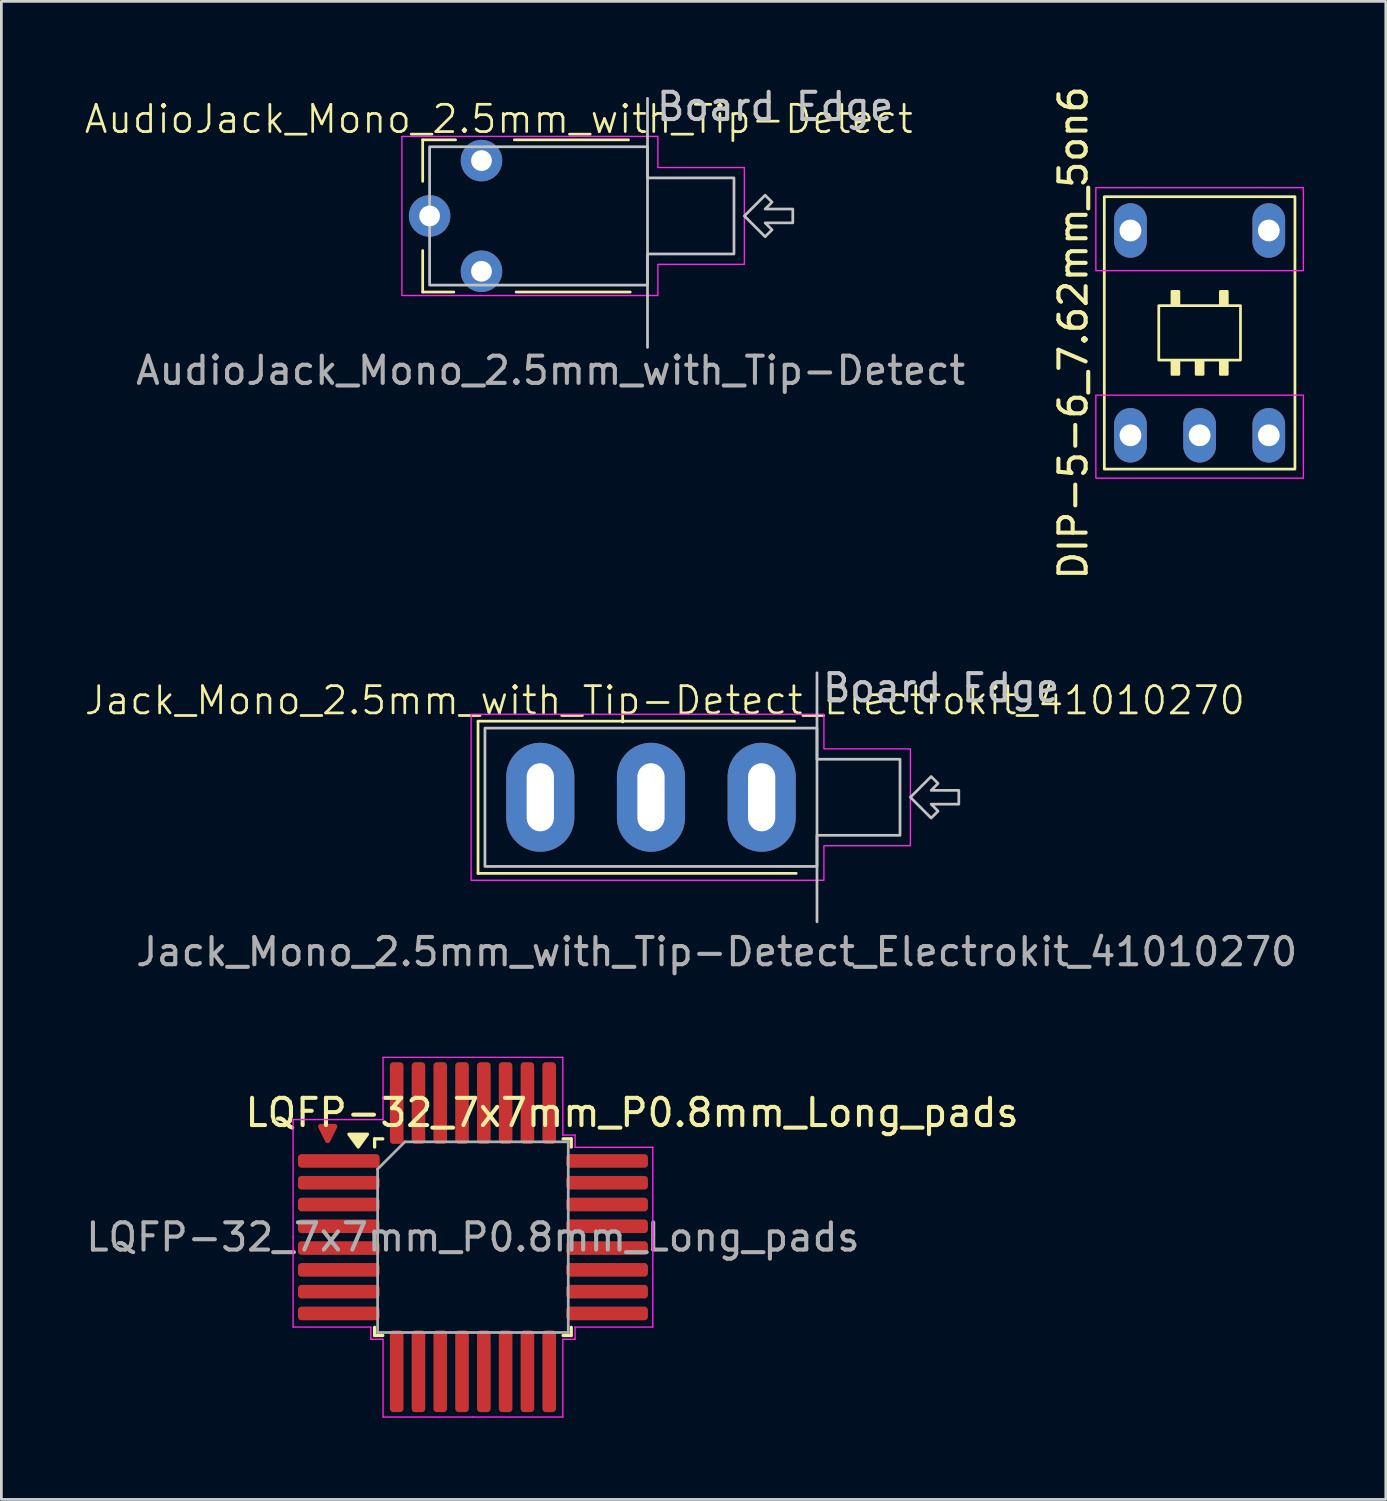
<source format=kicad_pcb>
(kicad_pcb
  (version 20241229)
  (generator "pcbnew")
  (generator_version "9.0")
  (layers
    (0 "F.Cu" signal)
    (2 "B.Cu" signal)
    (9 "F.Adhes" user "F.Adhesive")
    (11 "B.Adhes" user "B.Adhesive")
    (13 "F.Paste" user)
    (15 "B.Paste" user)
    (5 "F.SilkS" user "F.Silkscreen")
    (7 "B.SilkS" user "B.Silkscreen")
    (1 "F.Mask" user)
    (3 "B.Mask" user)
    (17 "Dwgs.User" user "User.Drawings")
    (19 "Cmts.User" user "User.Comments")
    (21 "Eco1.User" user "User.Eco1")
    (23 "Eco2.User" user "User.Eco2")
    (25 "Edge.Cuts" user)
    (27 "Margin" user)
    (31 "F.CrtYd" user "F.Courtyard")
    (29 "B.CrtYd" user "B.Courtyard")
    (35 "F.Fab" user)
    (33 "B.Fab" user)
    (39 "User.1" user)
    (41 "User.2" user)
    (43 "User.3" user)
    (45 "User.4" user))
  (footprint "LQFP-32_7x7mm_P0.8mm_Long_pads"
    (layer "F.Cu")
    (at 14.315 42.376)
    (property "Reference" "LQFP-32_7x7mm_P0.8mm_Long_pads" (at 5.842 -4.572 0) (layer "F.SilkS") (effects (font (size 1 1) (thickness 0.15))))
    (attr smd)
    (fp_poly (pts (xy -5.588 -4.064) (xy -5.334 -3.556) (xy -5.08 -4.064)) (stroke (width 0.2) (type solid)) (fill yes) (layer "F.Cu"))
    (fp_poly (pts (xy -5.588 -4.064) (xy -5.334 -3.556) (xy -5.08 -4.064)) (stroke (width 0.2) (type solid)) (fill yes) (layer "F.Mask"))
    (fp_line (start -3.61 -3.61) (end -3.61 -3.31) (stroke (width 0.12) (type solid)) (layer "F.SilkS"))
    (fp_line (start -3.61 3.61) (end -3.61 3.31) (stroke (width 0.12) (type solid)) (layer "F.SilkS"))
    (fp_line (start -3.31 -3.61) (end -3.61 -3.61) (stroke (width 0.12) (type solid)) (layer "F.SilkS"))
    (fp_line (start -3.31 3.61) (end -3.61 3.61) (stroke (width 0.12) (type solid)) (layer "F.SilkS"))
    (fp_line (start 3.31 -3.61) (end 3.61 -3.61) (stroke (width 0.12) (type solid)) (layer "F.SilkS"))
    (fp_line (start 3.31 3.61) (end 3.61 3.61) (stroke (width 0.12) (type solid)) (layer "F.SilkS"))
    (fp_line (start 3.61 -3.61) (end 3.61 -3.31) (stroke (width 0.12) (type solid)) (layer "F.SilkS"))
    (fp_line (start 3.61 3.61) (end 3.61 3.31) (stroke (width 0.12) (type solid)) (layer "F.SilkS"))
    (fp_poly (pts (xy -4.213 -3.31) (xy -4.553 -3.78) (xy -3.873 -3.78) (xy -4.213 -3.31)) (stroke (width 0.12) (type solid)) (fill yes) (layer "F.SilkS"))
    (fp_line (start -6.604 -4.318) (end -6.604 0) (stroke (width 0.05) (type solid)) (layer "F.CrtYd"))
    (fp_line (start -6.604 3.3) (end -6.604 0) (stroke (width 0.05) (type solid)) (layer "F.CrtYd"))
    (fp_line (start -3.75 3.3) (end -6.604 3.3) (stroke (width 0.05) (type solid)) (layer "F.CrtYd"))
    (fp_line (start -3.75 3.75) (end -3.75 3.3) (stroke (width 0.05) (type solid)) (layer "F.CrtYd"))
    (fp_line (start -3.3 -6.604) (end -3.3 -4.318) (stroke (width 0.05) (type solid)) (layer "F.CrtYd"))
    (fp_line (start -3.3 -4.318) (end -6.604 -4.318) (stroke (width 0.05) (type solid)) (layer "F.CrtYd"))
    (fp_line (start -3.3 3.75) (end -3.75 3.75) (stroke (width 0.05) (type solid)) (layer "F.CrtYd"))
    (fp_line (start -3.3 6.604) (end -3.3 3.75) (stroke (width 0.05) (type solid)) (layer "F.CrtYd"))
    (fp_line (start 0 -6.604) (end -3.3 -6.604) (stroke (width 0.05) (type solid)) (layer "F.CrtYd"))
    (fp_line (start 0 -6.604) (end 3.3 -6.604) (stroke (width 0.05) (type solid)) (layer "F.CrtYd"))
    (fp_line (start 0 6.604) (end -3.3 6.604) (stroke (width 0.05) (type solid)) (layer "F.CrtYd"))
    (fp_line (start 0 6.604) (end 3.3 6.604) (stroke (width 0.05) (type solid)) (layer "F.CrtYd"))
    (fp_line (start 3.3 -6.604) (end 3.3 -3.75) (stroke (width 0.05) (type solid)) (layer "F.CrtYd"))
    (fp_line (start 3.3 -3.75) (end 3.75 -3.75) (stroke (width 0.05) (type solid)) (layer "F.CrtYd"))
    (fp_line (start 3.3 3.75) (end 3.75 3.75) (stroke (width 0.05) (type solid)) (layer "F.CrtYd"))
    (fp_line (start 3.3 6.604) (end 3.3 3.75) (stroke (width 0.05) (type solid)) (layer "F.CrtYd"))
    (fp_line (start 3.75 -3.75) (end 3.75 -3.3) (stroke (width 0.05) (type solid)) (layer "F.CrtYd"))
    (fp_line (start 3.75 -3.3) (end 6.604 -3.3) (stroke (width 0.05) (type solid)) (layer "F.CrtYd"))
    (fp_line (start 3.75 3.3) (end 6.604 3.3) (stroke (width 0.05) (type solid)) (layer "F.CrtYd"))
    (fp_line (start 3.75 3.75) (end 3.75 3.3) (stroke (width 0.05) (type solid)) (layer "F.CrtYd"))
    (fp_line (start 6.604 -3.3) (end 6.604 0) (stroke (width 0.05) (type solid)) (layer "F.CrtYd"))
    (fp_line (start 6.604 3.3) (end 6.604 0) (stroke (width 0.05) (type solid)) (layer "F.CrtYd"))
    (fp_line (start -3.5 -2.5) (end -2.5 -3.5) (stroke (width 0.1) (type solid)) (layer "F.Fab"))
    (fp_line (start -3.5 3.5) (end -3.5 -2.5) (stroke (width 0.1) (type solid)) (layer "F.Fab"))
    (fp_line (start -2.5 -3.5) (end 3.5 -3.5) (stroke (width 0.1) (type solid)) (layer "F.Fab"))
    (fp_line (start 3.5 -3.5) (end 3.5 3.5) (stroke (width 0.1) (type solid)) (layer "F.Fab"))
    (fp_line (start 3.5 3.5) (end -3.5 3.5) (stroke (width 0.1) (type solid)) (layer "F.Fab"))
    (fp_text user "${REFERENCE}" (at 0 0 0) (layer "F.Fab") (effects (font (size 1 1) (thickness 0.15))))
    (pad "1" smd roundrect (at -4.925 -2.8) (size 3 0.5) (layers "F.Cu" "F.Mask" "F.Paste") (roundrect_rratio 0.25))
    (pad "2" smd roundrect (at -4.925 -2) (size 3 0.5) (layers "F.Cu" "F.Mask" "F.Paste") (roundrect_rratio 0.25))
    (pad "3" smd roundrect (at -4.925 -1.2) (size 3 0.5) (layers "F.Cu" "F.Mask" "F.Paste") (roundrect_rratio 0.25))
    (pad "4" smd roundrect (at -4.925 -0.4) (size 3 0.5) (layers "F.Cu" "F.Mask" "F.Paste") (roundrect_rratio 0.25))
    (pad "5" smd roundrect (at -4.925 0.4) (size 3 0.5) (layers "F.Cu" "F.Mask" "F.Paste") (roundrect_rratio 0.25))
    (pad "6" smd roundrect (at -4.925 1.2) (size 3 0.5) (layers "F.Cu" "F.Mask" "F.Paste") (roundrect_rratio 0.25))
    (pad "7" smd roundrect (at -4.925 2) (size 3 0.5) (layers "F.Cu" "F.Mask" "F.Paste") (roundrect_rratio 0.25))
    (pad "8" smd roundrect (at -4.925 2.8) (size 3 0.5) (layers "F.Cu" "F.Mask" "F.Paste") (roundrect_rratio 0.25))
    (pad "9" smd roundrect (at -2.8 4.925) (size 0.5 3) (layers "F.Cu" "F.Mask" "F.Paste") (roundrect_rratio 0.25))
    (pad "10" smd roundrect (at -2 4.925) (size 0.5 3) (layers "F.Cu" "F.Mask" "F.Paste") (roundrect_rratio 0.25))
    (pad "11" smd roundrect (at -1.2 4.925) (size 0.5 3) (layers "F.Cu" "F.Mask" "F.Paste") (roundrect_rratio 0.25))
    (pad "12" smd roundrect (at -0.4 4.925) (size 0.5 3) (layers "F.Cu" "F.Mask" "F.Paste") (roundrect_rratio 0.25))
    (pad "13" smd roundrect (at 0.4 4.925) (size 0.5 3) (layers "F.Cu" "F.Mask" "F.Paste") (roundrect_rratio 0.25))
    (pad "14" smd roundrect (at 1.2 4.925) (size 0.5 3) (layers "F.Cu" "F.Mask" "F.Paste") (roundrect_rratio 0.25))
    (pad "15" smd roundrect (at 2 4.925) (size 0.5 3) (layers "F.Cu" "F.Mask" "F.Paste") (roundrect_rratio 0.25))
    (pad "16" smd roundrect (at 2.8 4.925) (size 0.5 3) (layers "F.Cu" "F.Mask" "F.Paste") (roundrect_rratio 0.25))
    (pad "17" smd roundrect (at 4.925 2.8) (size 3 0.5) (layers "F.Cu" "F.Mask" "F.Paste") (roundrect_rratio 0.25))
    (pad "18" smd roundrect (at 4.925 2) (size 3 0.5) (layers "F.Cu" "F.Mask" "F.Paste") (roundrect_rratio 0.25))
    (pad "19" smd roundrect (at 4.925 1.2) (size 3 0.5) (layers "F.Cu" "F.Mask" "F.Paste") (roundrect_rratio 0.25))
    (pad "20" smd roundrect (at 4.925 0.4) (size 3 0.5) (layers "F.Cu" "F.Mask" "F.Paste") (roundrect_rratio 0.25))
    (pad "21" smd roundrect (at 4.925 -0.4) (size 3 0.5) (layers "F.Cu" "F.Mask" "F.Paste") (roundrect_rratio 0.25))
    (pad "22" smd roundrect (at 4.925 -1.2) (size 3 0.5) (layers "F.Cu" "F.Mask" "F.Paste") (roundrect_rratio 0.25))
    (pad "23" smd roundrect (at 4.925 -2) (size 3 0.5) (layers "F.Cu" "F.Mask" "F.Paste") (roundrect_rratio 0.25))
    (pad "24" smd roundrect (at 4.925 -2.8) (size 3 0.5) (layers "F.Cu" "F.Mask" "F.Paste") (roundrect_rratio 0.25))
    (pad "25" smd roundrect (at 2.8 -4.925) (size 0.5 3) (layers "F.Cu" "F.Mask" "F.Paste") (roundrect_rratio 0.25))
    (pad "26" smd roundrect (at 2 -4.925) (size 0.5 3) (layers "F.Cu" "F.Mask" "F.Paste") (roundrect_rratio 0.25))
    (pad "27" smd roundrect (at 1.2 -4.925) (size 0.5 3) (layers "F.Cu" "F.Mask" "F.Paste") (roundrect_rratio 0.25))
    (pad "28" smd roundrect (at 0.4 -4.925) (size 0.5 3) (layers "F.Cu" "F.Mask" "F.Paste") (roundrect_rratio 0.25))
    (pad "29" smd roundrect (at -0.4 -4.925) (size 0.5 3) (layers "F.Cu" "F.Mask" "F.Paste") (roundrect_rratio 0.25))
    (pad "30" smd roundrect (at -1.2 -4.925) (size 0.5 3) (layers "F.Cu" "F.Mask" "F.Paste") (roundrect_rratio 0.25))
    (pad "31" smd roundrect (at -2 -4.925) (size 0.5 3) (layers "F.Cu" "F.Mask" "F.Paste") (roundrect_rratio 0.25))
    (pad "32" smd roundrect (at -2.8 -4.925) (size 0.5 3) (layers "F.Cu" "F.Mask" "F.Paste") (roundrect_rratio 0.25)))
  (footprint "Jack_Mono_2.5mm_with_Tip-Detect_Electrokit_41010270"
    (layer "F.Cu")
    (at 18.82 28.764)
    (property "Reference" "Jack_Mono_2.5mm_with_Tip-Detect_Electrokit_41010270" (at 2.54 -6.096 0) (unlocked yes) (layer "F.SilkS") (effects (font (size 1 1) (thickness 0.1))))
    (attr through_hole)
    (fp_line (start -4.318 -5.334) (end -4.318 0.254) (stroke (width 0.1) (type default)) (layer "F.SilkS"))
    (fp_line (start 7.303 -5.334) (end -4.318 -5.334) (stroke (width 0.1) (type default)) (layer "F.SilkS"))
    (fp_line (start 7.366 0.254) (end -4.318 0.254) (stroke (width 0.1) (type default)) (layer "F.SilkS"))
    (fp_line (start 8.128 -7.112) (end 8.128 2.032) (stroke (width 0.1) (type default)) (layer "Dwgs.User"))
    (fp_poly (pts (xy -4.064 -5.08) (xy 8.128 -5.08) (xy 8.128 -3.937) (xy 11.176 -3.937) (xy 11.176 -1.143) (xy 8.128 -1.143) (xy 8.128 0) (xy -4.064 0)) (stroke (width 0.1) (type solid)) (fill no) (layer "Dwgs.User"))
    (fp_poly (pts (xy 13.335 -2.794) (xy 12.319 -2.794) (xy 12.573 -3.048) (xy 12.319 -3.302) (xy 11.557 -2.54) (xy 12.319 -1.778) (xy 12.573 -2.032) (xy 12.319 -2.286) (xy 13.335 -2.286)) (stroke (width 0.1) (type solid)) (fill no) (layer "Dwgs.User"))
    (fp_poly (pts (xy -4.572 -5.588) (xy -1.016 -5.588) (xy 8.382 -5.588) (xy 8.382 -4.318) (xy 11.557 -4.318) (xy 11.557 -0.762) (xy 8.382 -0.762) (xy 8.382 0.508) (xy -0.254 0.508) (xy -4.572 0.508)) (stroke (width 0.05) (type solid)) (fill no) (layer "F.CrtYd"))
    (fp_text user "Board Edge" (at 8.255 -5.969 0) (unlocked yes) (layer "Dwgs.User") (effects (font (size 1 1) (thickness 0.15)) (justify left bottom)))
    (fp_text user "${REFERENCE}" (at 4.445 3.135 0) (unlocked yes) (layer "F.Fab") (effects (font (size 1 1) (thickness 0.15))))
    (pad "S" thru_hole oval (at 6.096 -2.54) (size 2.5 4) (drill oval 1 2.5) (layers "*.Cu" "*.Mask"))
    (pad "T" thru_hole oval (at 2.032 -2.54) (size 2.5 4) (drill oval 1 2.5) (layers "*.Cu" "*.Mask"))
    (pad "TN" thru_hole oval (at -2.032 -2.54) (size 2.5 4) (drill oval 1 2.5) (layers "*.Cu" "*.Mask")))
  (footprint "AudioJack_Mono_2.5mm_with_Tip-Detect"
    (layer "F.Cu")
    (at 12.724 7.419)
    (property "Reference" "AudioJack_Mono_2.5mm_with_Tip-Detect" (at 2.54 -6.096 0) (unlocked yes) (layer "F.SilkS") (effects (font (size 1 1) (thickness 0.1))))
    (attr through_hole)
    (fp_line (start -0.254 -5.334) (end -0.254 -3.81) (stroke (width 0.1) (type default)) (layer "F.SilkS"))
    (fp_line (start -0.254 -1.27) (end -0.254 0.254) (stroke (width 0.1) (type default)) (layer "F.SilkS"))
    (fp_line (start 0.889 0.254) (end -0.254 0.254) (stroke (width 0.1) (type default)) (layer "F.SilkS"))
    (fp_line (start 0.953 -5.334) (end -0.254 -5.334) (stroke (width 0.1) (type default)) (layer "F.SilkS"))
    (fp_line (start 7.303 -5.334) (end 3.111 -5.334) (stroke (width 0.1) (type default)) (layer "F.SilkS"))
    (fp_line (start 7.366 0.254) (end 3.175 0.254) (stroke (width 0.1) (type default)) (layer "F.SilkS"))
    (fp_line (start 8.001 -6.858) (end 8.001 2.286) (stroke (width 0.1) (type default)) (layer "Dwgs.User"))
    (fp_poly (pts (xy 0 -5.08) (xy 8.001 -5.08) (xy 8.001 -3.937) (xy 11.176 -3.937) (xy 11.176 -1.143) (xy 8.001 -1.143) (xy 8.001 0) (xy 0 0)) (stroke (width 0.1) (type solid)) (fill no) (layer "Dwgs.User"))
    (fp_poly (pts (xy 13.335 -2.794) (xy 12.319 -2.794) (xy 12.573 -3.048) (xy 12.319 -3.302) (xy 11.557 -2.54) (xy 12.319 -1.778) (xy 12.573 -2.032) (xy 12.319 -2.286) (xy 13.335 -2.286)) (stroke (width 0.1) (type solid)) (fill no) (layer "Dwgs.User"))
    (fp_poly (pts (xy -1.016 -4.191) (xy -1.016 -5.461) (xy 8.382 -5.461) (xy 8.382 -4.318) (xy 11.557 -4.318) (xy 11.557 -0.762) (xy 8.382 -0.762) (xy 8.382 0.381) (xy -0.254 0.381) (xy -1.016 0.381)) (stroke (width 0.05) (type solid)) (fill no) (layer "F.CrtYd"))
    (fp_text user "Board Edge" (at 8.255 -5.969 0) (unlocked yes) (layer "Dwgs.User") (effects (font (size 1 1) (thickness 0.15)) (justify left bottom)))
    (fp_text user "${REFERENCE}" (at 4.445 3.135 0) (unlocked yes) (layer "F.Fab") (effects (font (size 1 1) (thickness 0.15))))
    (pad "S" thru_hole circle (at 0 -2.54) (size 1.524 1.524) (drill 0.762) (layers "*.Cu" "*.Mask"))
    (pad "T" thru_hole circle (at 1.905 -4.572) (size 1.524 1.524) (drill 0.762) (layers "*.Cu" "*.Mask"))
    (pad "TN" thru_hole circle (at 1.905 -0.508) (size 1.524 1.524) (drill 0.762) (layers "*.Cu" "*.Mask")))
  (footprint "DIP-5-6_7.62mm_5on6"
    (layer "F.Cu")
    (at 40.997 9.173)
    (property "Reference" "DIP-5-6_7.62mm_5on6" (at -4.64 0 90) (unlocked yes) (layer "F.SilkS") (effects (font (size 1 1) (thickness 0.15))))
    (attr through_hole)
    (fp_rect (start -3.5 -5) (end 3.5 5) (stroke (width 0.1) (type default)) (fill no) (layer "F.SilkS"))
    (fp_rect (start -1.5 -1) (end 1.5 1) (stroke (width 0.1) (type default)) (fill no) (layer "F.SilkS"))
    (fp_rect (start -1.016 -1.524) (end -0.762 -1.016) (stroke (width 0.1) (type solid)) (fill yes) (layer "F.SilkS"))
    (fp_rect (start -1.016 1.016) (end -0.762 1.524) (stroke (width 0.1) (type solid)) (fill yes) (layer "F.SilkS"))
    (fp_rect (start -0.127 1.016) (end 0.127 1.524) (stroke (width 0.1) (type solid)) (fill yes) (layer "F.SilkS"))
    (fp_rect (start 0.762 -1.524) (end 1.016 -1.016) (stroke (width 0.1) (type solid)) (fill yes) (layer "F.SilkS"))
    (fp_rect (start 0.762 1.016) (end 1.016 1.524) (stroke (width 0.1) (type solid)) (fill yes) (layer "F.SilkS"))
    (fp_rect (start -3.81 -5.334) (end 3.81 -2.286) (stroke (width 0.05) (type default)) (fill no) (layer "F.CrtYd"))
    (fp_rect (start -3.81 2.286) (end 3.81 5.334) (stroke (width 0.05) (type default)) (fill no) (layer "F.CrtYd"))
    (pad "1" thru_hole oval (at -2.54 3.76) (size 1.2 2) (drill 0.8) (layers "*.Cu" "*.Mask"))
    (pad "2" thru_hole oval (at 0 3.76) (size 1.2 2) (drill 0.8) (layers "*.Cu" "*.Mask"))
    (pad "3" thru_hole oval (at 2.54 3.76) (size 1.2 2) (drill 0.8) (layers "*.Cu" "*.Mask"))
    (pad "4" thru_hole oval (at 2.54 -3.76) (size 1.2 2) (drill 0.8) (layers "*.Cu" "*.Mask"))
    (pad "5" thru_hole oval (at -2.54 -3.76) (size 1.2 2) (drill 0.8) (layers "*.Cu" "*.Mask")))
  (gr_rect
    (start -3 -3)
    (end 47.832 52.005)
    (stroke (width 0.1) (type default))
    (fill no)
    (layer "Edge.Cuts")))
</source>
